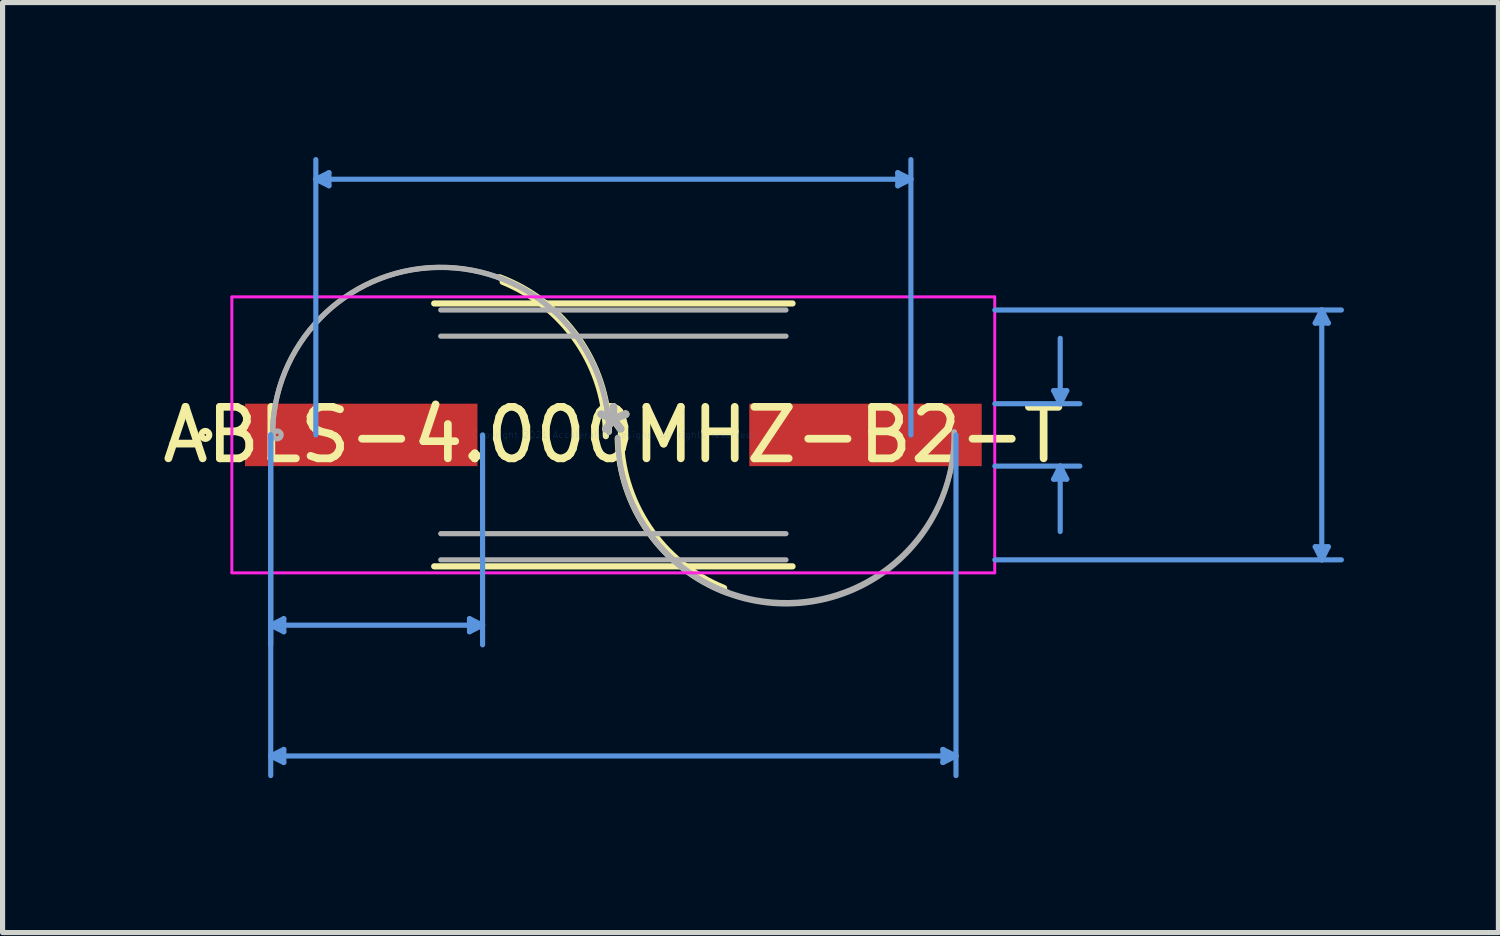
<source format=kicad_pcb>
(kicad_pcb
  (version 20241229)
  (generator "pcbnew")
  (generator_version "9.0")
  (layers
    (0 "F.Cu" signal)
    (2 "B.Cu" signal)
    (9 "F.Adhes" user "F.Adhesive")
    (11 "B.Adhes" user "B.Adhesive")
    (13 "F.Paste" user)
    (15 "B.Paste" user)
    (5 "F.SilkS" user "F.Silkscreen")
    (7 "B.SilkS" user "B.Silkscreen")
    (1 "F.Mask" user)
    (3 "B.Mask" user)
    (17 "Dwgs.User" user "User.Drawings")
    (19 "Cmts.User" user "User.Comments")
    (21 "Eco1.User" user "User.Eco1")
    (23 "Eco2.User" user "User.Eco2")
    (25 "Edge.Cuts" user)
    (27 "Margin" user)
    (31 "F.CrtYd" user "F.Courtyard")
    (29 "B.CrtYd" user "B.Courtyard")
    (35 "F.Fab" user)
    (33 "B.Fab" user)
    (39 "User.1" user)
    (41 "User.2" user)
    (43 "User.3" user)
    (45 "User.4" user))
  (footprint "ABLS-4.000MHZ-B2-T"
    (layer "F.Cu")
    (at 8.863 5.397)
    (property "Reference" "ABLS-4.000MHZ-B2-T" (at 0 0 0) (layer "F.SilkS") (effects (font (size 1 1) (thickness 0.15))))
    (attr through_hole)
    (fp_line (start -3.48 -2.553) (end 3.48 -2.553) (stroke (width 0.12) (type solid)) (layer "F.SilkS"))
    (fp_line (start 3.48 2.553) (end -3.48 2.553) (stroke (width 0.12) (type solid)) (layer "F.SilkS"))
    (fp_arc (start -2.210925 -3.062318) (mid -0.686872 -1.890634) (end -0.085161 -0.064839) (stroke (width 0.12) (type solid)) (layer "F.SilkS"))
    (fp_arc (start -2.150632 -2.973625) (mid -0.686871 -1.783388) (end -0.145452 0.023854) (stroke (width 0.12) (type solid)) (layer "F.SilkS"))
    (fp_arc (start 2.150634 2.973625) (mid 0.686872 1.783389) (end 0.145452 -0.023854) (stroke (width 0.12) (type solid)) (layer "F.SilkS"))
    (fp_arc (start 2.210925 3.062318) (mid 0.686872 1.890634) (end 0.085161 0.064839) (stroke (width 0.12) (type solid)) (layer "F.SilkS"))
    (fp_circle (center -7.925 0) (end -7.849 0) (stroke (width 0.12) (type solid)) (fill no) (layer "F.SilkS"))
    (fp_line (start -6.655 0) (end -6.655 4.077) (stroke (width 0.1) (type solid)) (layer "Cmts.User"))
    (fp_line (start -6.655 0) (end -6.655 6.617) (stroke (width 0.1) (type solid)) (layer "Cmts.User"))
    (fp_line (start -6.655 3.696) (end -6.401 3.569) (stroke (width 0.1) (type solid)) (layer "Cmts.User"))
    (fp_line (start -6.655 3.696) (end -6.401 3.823) (stroke (width 0.1) (type solid)) (layer "Cmts.User"))
    (fp_line (start -6.655 3.696) (end -2.54 3.696) (stroke (width 0.1) (type solid)) (layer "Cmts.User"))
    (fp_line (start -6.655 6.236) (end -6.401 6.109) (stroke (width 0.1) (type solid)) (layer "Cmts.User"))
    (fp_line (start -6.655 6.236) (end -6.401 6.363) (stroke (width 0.1) (type solid)) (layer "Cmts.User"))
    (fp_line (start -6.655 6.236) (end 6.655 6.236) (stroke (width 0.1) (type solid)) (layer "Cmts.User"))
    (fp_line (start -6.401 3.569) (end -6.401 3.823) (stroke (width 0.1) (type solid)) (layer "Cmts.User"))
    (fp_line (start -6.401 6.109) (end -6.401 6.363) (stroke (width 0.1) (type solid)) (layer "Cmts.User"))
    (fp_line (start -5.779 -4.966) (end -5.524 -5.093) (stroke (width 0.1) (type solid)) (layer "Cmts.User"))
    (fp_line (start -5.779 -4.966) (end -5.524 -4.839) (stroke (width 0.1) (type solid)) (layer "Cmts.User"))
    (fp_line (start -5.779 -4.966) (end 5.779 -4.966) (stroke (width 0.1) (type solid)) (layer "Cmts.User"))
    (fp_line (start -5.779 0) (end -5.779 -5.347) (stroke (width 0.1) (type solid)) (layer "Cmts.User"))
    (fp_line (start -5.524 -5.093) (end -5.524 -4.839) (stroke (width 0.1) (type solid)) (layer "Cmts.User"))
    (fp_line (start -2.794 3.569) (end -2.794 3.823) (stroke (width 0.1) (type solid)) (layer "Cmts.User"))
    (fp_line (start -2.54 0) (end -2.54 4.077) (stroke (width 0.1) (type solid)) (layer "Cmts.User"))
    (fp_line (start -2.54 3.696) (end -2.794 3.569) (stroke (width 0.1) (type solid)) (layer "Cmts.User"))
    (fp_line (start -2.54 3.696) (end -2.794 3.823) (stroke (width 0.1) (type solid)) (layer "Cmts.User"))
    (fp_line (start 5.524 -5.093) (end 5.524 -4.839) (stroke (width 0.1) (type solid)) (layer "Cmts.User"))
    (fp_line (start 5.779 -4.966) (end 5.524 -5.093) (stroke (width 0.1) (type solid)) (layer "Cmts.User"))
    (fp_line (start 5.779 -4.966) (end 5.524 -4.839) (stroke (width 0.1) (type solid)) (layer "Cmts.User"))
    (fp_line (start 5.779 0) (end 5.779 -5.347) (stroke (width 0.1) (type solid)) (layer "Cmts.User"))
    (fp_line (start 6.401 6.109) (end 6.401 6.363) (stroke (width 0.1) (type solid)) (layer "Cmts.User"))
    (fp_line (start 6.655 0) (end 6.655 6.617) (stroke (width 0.1) (type solid)) (layer "Cmts.User"))
    (fp_line (start 6.655 6.236) (end 6.401 6.109) (stroke (width 0.1) (type solid)) (layer "Cmts.User"))
    (fp_line (start 6.655 6.236) (end 6.401 6.363) (stroke (width 0.1) (type solid)) (layer "Cmts.User"))
    (fp_line (start 7.409 -2.426) (end 14.14 -2.426) (stroke (width 0.1) (type solid)) (layer "Cmts.User"))
    (fp_line (start 7.409 -0.606) (end 9.06 -0.606) (stroke (width 0.1) (type solid)) (layer "Cmts.User"))
    (fp_line (start 7.409 0.606) (end 9.06 0.606) (stroke (width 0.1) (type solid)) (layer "Cmts.User"))
    (fp_line (start 7.409 2.426) (end 14.14 2.426) (stroke (width 0.1) (type solid)) (layer "Cmts.User"))
    (fp_line (start 8.552 -0.86) (end 8.806 -0.86) (stroke (width 0.1) (type solid)) (layer "Cmts.User"))
    (fp_line (start 8.552 0.86) (end 8.806 0.86) (stroke (width 0.1) (type solid)) (layer "Cmts.User"))
    (fp_line (start 8.679 -0.606) (end 8.552 -0.86) (stroke (width 0.1) (type solid)) (layer "Cmts.User"))
    (fp_line (start 8.679 -0.606) (end 8.679 -1.876) (stroke (width 0.1) (type solid)) (layer "Cmts.User"))
    (fp_line (start 8.679 -0.606) (end 8.806 -0.86) (stroke (width 0.1) (type solid)) (layer "Cmts.User"))
    (fp_line (start 8.679 0.606) (end 8.552 0.86) (stroke (width 0.1) (type solid)) (layer "Cmts.User"))
    (fp_line (start 8.679 0.606) (end 8.679 1.876) (stroke (width 0.1) (type solid)) (layer "Cmts.User"))
    (fp_line (start 8.679 0.606) (end 8.806 0.86) (stroke (width 0.1) (type solid)) (layer "Cmts.User"))
    (fp_line (start 13.632 -2.172) (end 13.886 -2.172) (stroke (width 0.1) (type solid)) (layer "Cmts.User"))
    (fp_line (start 13.632 2.172) (end 13.886 2.172) (stroke (width 0.1) (type solid)) (layer "Cmts.User"))
    (fp_line (start 13.759 -2.426) (end 13.632 -2.172) (stroke (width 0.1) (type solid)) (layer "Cmts.User"))
    (fp_line (start 13.759 -2.426) (end 13.759 2.426) (stroke (width 0.1) (type solid)) (layer "Cmts.User"))
    (fp_line (start 13.759 -2.426) (end 13.886 -2.172) (stroke (width 0.1) (type solid)) (layer "Cmts.User"))
    (fp_line (start 13.759 2.426) (end 13.632 2.172) (stroke (width 0.1) (type solid)) (layer "Cmts.User"))
    (fp_line (start 13.759 2.426) (end 13.886 2.172) (stroke (width 0.1) (type solid)) (layer "Cmts.User"))
    (fp_line (start -7.409 -2.68) (end 7.409 -2.68) (stroke (width 0.05) (type solid)) (layer "F.CrtYd"))
    (fp_line (start -7.409 -2.68) (end 7.409 -2.68) (stroke (width 0.05) (type solid)) (layer "F.CrtYd"))
    (fp_line (start -7.409 2.68) (end -7.409 -2.68) (stroke (width 0.05) (type solid)) (layer "F.CrtYd"))
    (fp_line (start -7.409 2.68) (end -7.409 -2.68) (stroke (width 0.05) (type solid)) (layer "F.CrtYd"))
    (fp_line (start 7.409 -2.68) (end 7.409 2.68) (stroke (width 0.05) (type solid)) (layer "F.CrtYd"))
    (fp_line (start 7.409 -2.68) (end 7.409 2.68) (stroke (width 0.05) (type solid)) (layer "F.CrtYd"))
    (fp_line (start 7.409 2.68) (end -7.409 2.68) (stroke (width 0.05) (type solid)) (layer "F.CrtYd"))
    (fp_line (start 7.409 2.68) (end -7.409 2.68) (stroke (width 0.05) (type solid)) (layer "F.CrtYd"))
    (fp_line (start -3.353 -2.426) (end 3.353 -2.426) (stroke (width 0.1) (type solid)) (layer "F.Fab"))
    (fp_line (start -3.353 -1.918) (end 3.353 -1.918) (stroke (width 0.1) (type solid)) (layer "F.Fab"))
    (fp_line (start 3.353 1.918) (end -3.353 1.918) (stroke (width 0.1) (type solid)) (layer "F.Fab"))
    (fp_line (start 3.353 2.426) (end -3.353 2.426) (stroke (width 0.1) (type solid)) (layer "F.Fab"))
    (fp_arc (start -6.620439 0.04871) (mid -3.40151 -3.267639) (end -0.085161 -0.04871) (stroke (width 0.1) (type solid)) (layer "F.Fab"))
    (fp_arc (start -6.620439 0.061613) (mid -3.414413 -3.267639) (end -0.085161 -0.061613) (stroke (width 0.1) (type solid)) (layer "F.Fab"))
    (fp_arc (start 6.620439 -0.061613) (mid 3.414413 3.267639) (end 0.085161 0.061613) (stroke (width 0.1) (type solid)) (layer "F.Fab"))
    (fp_arc (start 6.620439 -0.04871) (mid 3.40151 3.267639) (end 0.085161 0.04871) (stroke (width 0.1) (type solid)) (layer "F.Fab"))
    (fp_circle (center -6.528 0) (end -6.452 0) (stroke (width 0.1) (type solid)) (fill no) (layer "F.Fab"))
    (fp_text user "*" (at 0 0 0) (layer "F.SilkS") (effects (font (size 1 1) (thickness 0.15))))
    (fp_text user "Copyright 2021 Accelerated Designs. All rights reserved." (at 0 0 0) (layer "Cmts.User") (effects (font (size 0.127 0.127) (thickness 0.002))))
    (fp_text user "*" (at 0 0 0) (layer "F.Fab") (effects (font (size 1 1) (thickness 0.15))))
    (pad "1" smd rect (at -4.897 0 90) (size 1.213 4.515) (layers "F.Cu" "F.Mask" "F.Paste"))
    (pad "2" smd rect (at 4.897 0 90) (size 1.213 4.515) (layers "F.Cu" "F.Mask" "F.Paste")))
  (gr_rect
    (start -3 -3)
    (end 26.053 15.063)
    (stroke (width 0.1) (type default))
    (fill no)
    (layer "Edge.Cuts")))
</source>
